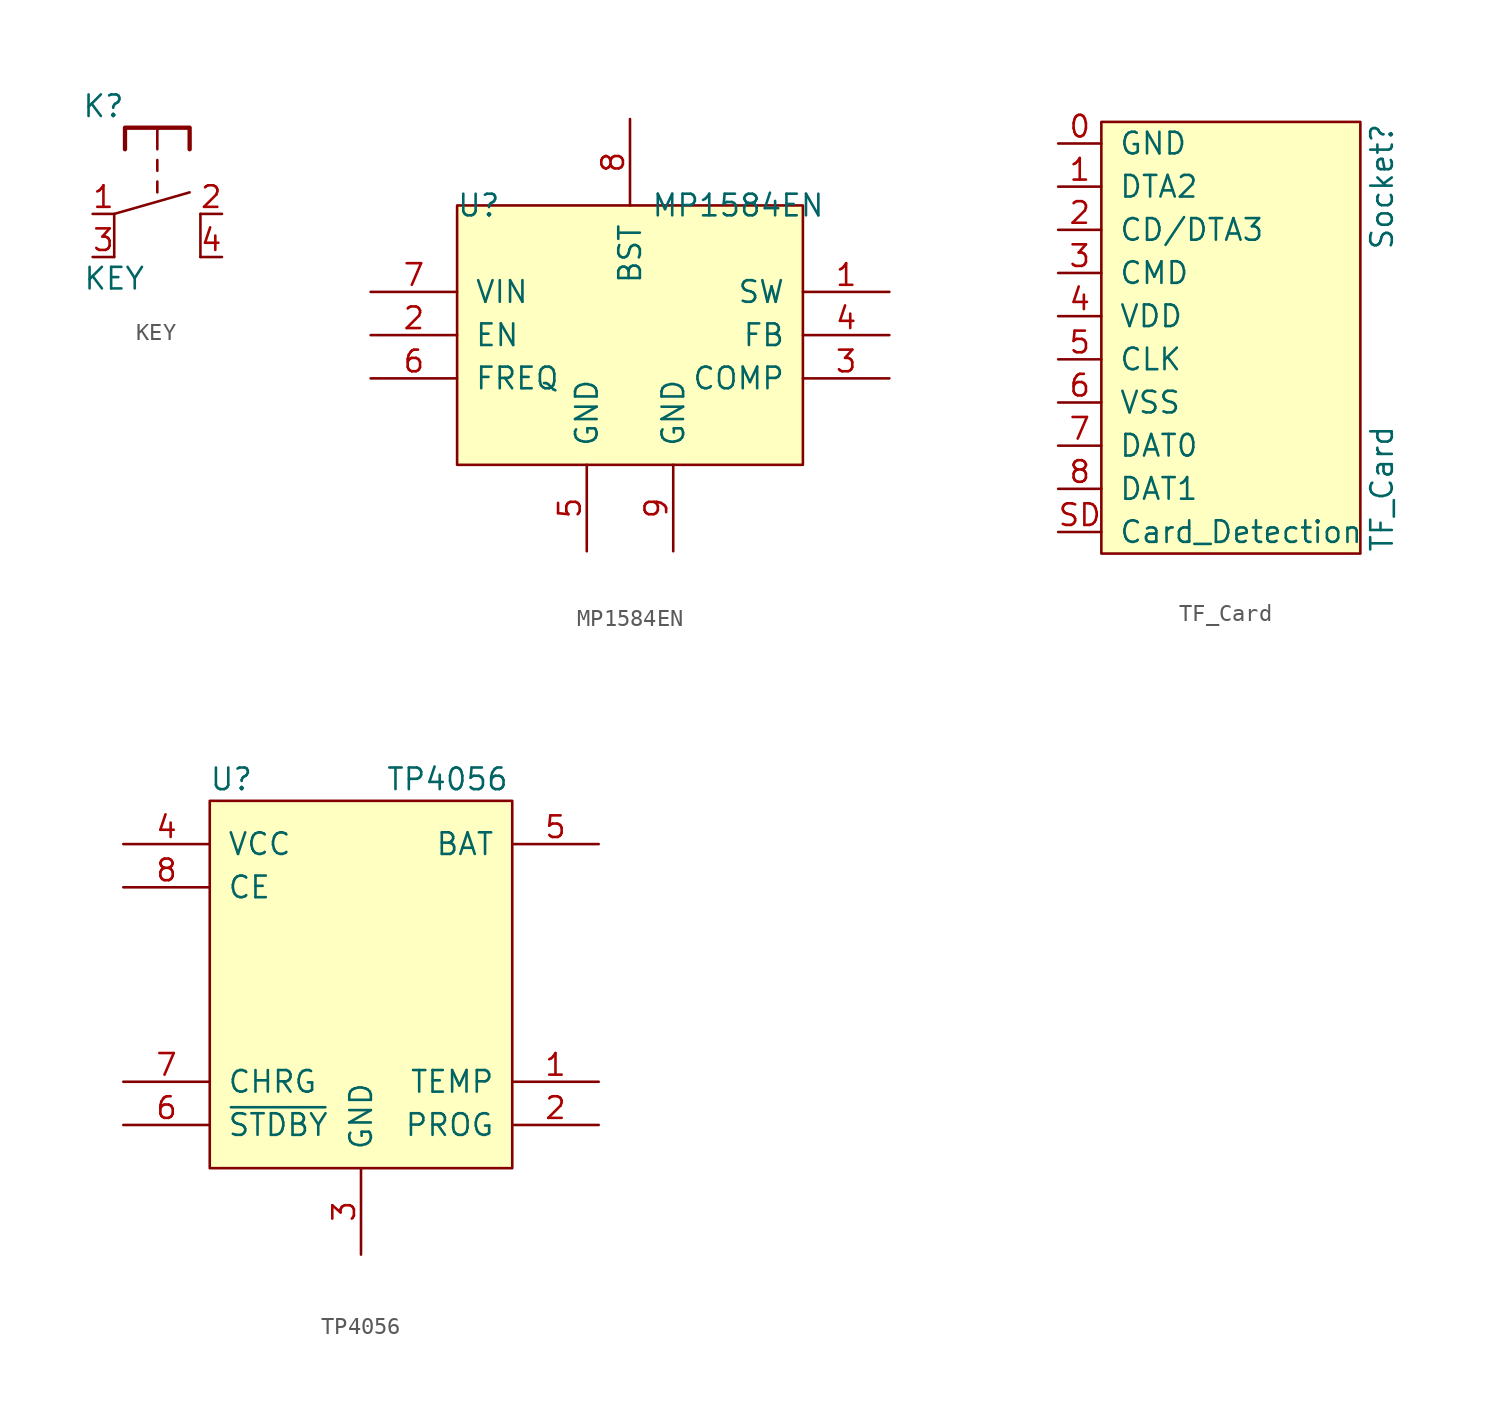
<source format=kicad_sym>
(kicad_symbol_lib
  (version 20211014)
  (generator kicad_symbol_editor)
  (symbol "KEY"
    (pin_names
      (offset 1.016) hide)
    (property "Reference" "K"
      (at -3.175 7.62 0)
      (effects (font (size 1.27 1.27))))
    (property "Value" "KEY"
      (at -2.54 -2.54 0)
      (effects (font (size 1.27 1.27))))
    (symbol "KEY_0_1"
      (polyline (pts (xy 0 3.175) (xy 0 2.54)) (stroke (width 0) (type default) (color 0 0 0 0)) (fill (type none)))
      (polyline (pts (xy 0 4.445) (xy 0 3.81)) (stroke (width 0) (type default) (color 0 0 0 0)) (fill (type none)))
      (polyline (pts (xy 0 6.35) (xy 0 5.08)) (stroke (width 0) (type default) (color 0 0 0 0)) (fill (type none)))
      (polyline (pts (xy 2.54 1.27) (xy 2.54 -1.27)) (stroke (width 0) (type default) (color 0 0 0 0)) (fill (type none)))
      (polyline (pts (xy -2.54 -1.27) (xy -2.54 1.27) (xy 1.905 2.54)) (stroke (width 0) (type default) (color 0 0 0 0)) (fill (type none)))
      (pin bidirectional line (at -3.81 1.27 0) (length 1.27) (name "1" (effects (font (size 1.27 1.27)))) (number "1" (effects (font (size 1.27 1.27)))))
      (pin bidirectional line (at -3.81 -1.27 0) (length 1.27) (name "3" (effects (font (size 1.27 1.27)))) (number "3" (effects (font (size 1.27 1.27)))))
      (pin bidirectional line (at 3.81 -1.27 180) (length 1.27) (name "4" (effects (font (size 1.27 1.27)))) (number "4" (effects (font (size 1.27 1.27))))))
    (symbol "KEY_1_1"
      (polyline (pts (xy -1.905 5.08) (xy -1.905 6.35) (xy 1.905 6.35) (xy 1.905 5.08)) (stroke (width 0.254) (type default) (color 0 0 0 0)) (fill (type none)))
      (pin bidirectional line (at 3.81 1.27 180) (length 1.27) (name "2" (effects (font (size 1.27 1.27)))) (number "2" (effects (font (size 1.27 1.27)))))))
  (symbol "MP1584EN"
    (pin_names
      (offset 1.016))
    (property "Reference" "U"
      (at -8.89 7.62 0)
      (effects (font (size 1.27 1.27))))
    (property "Value" "MP1584EN"
      (at 6.35 7.62 0)
      (effects (font (size 1.27 1.27))))
    (symbol "MP1584EN_0_1"
      (rectangle (start -10.16 7.62) (end 10.16 -7.62) (stroke (width 0) (type default) (color 0 0 0 0)) (fill (type background))))
    (symbol "MP1584EN_1_1"
      (pin bidirectional line (at 15.24 2.54 180) (length 5.08) (name "SW" (effects (font (size 1.27 1.27)))) (number "1" (effects (font (size 1.27 1.27)))))
      (pin bidirectional line (at -15.24 0 0) (length 5.08) (name "EN" (effects (font (size 1.27 1.27)))) (number "2" (effects (font (size 1.27 1.27)))))
      (pin bidirectional line (at 15.24 -2.54 180) (length 5.08) (name "COMP" (effects (font (size 1.27 1.27)))) (number "3" (effects (font (size 1.27 1.27)))))
      (pin bidirectional line (at 15.24 0 180) (length 5.08) (name "FB" (effects (font (size 1.27 1.27)))) (number "4" (effects (font (size 1.27 1.27)))))
      (pin power_in line (at -2.54 -12.7 90) (length 5.08) (name "GND" (effects (font (size 1.27 1.27)))) (number "5" (effects (font (size 1.27 1.27)))))
      (pin bidirectional line (at -15.24 -2.54 0) (length 5.08) (name "FREQ" (effects (font (size 1.27 1.27)))) (number "6" (effects (font (size 1.27 1.27)))))
      (pin power_in line (at -15.24 2.54 0) (length 5.08) (name "VIN" (effects (font (size 1.27 1.27)))) (number "7" (effects (font (size 1.27 1.27)))))
      (pin bidirectional line (at 0 12.7 270) (length 5.08) (name "BST" (effects (font (size 1.27 1.27)))) (number "8" (effects (font (size 1.27 1.27)))))
      (pin power_in line (at 2.54 -12.7 90) (length 5.08) (name "GND" (effects (font (size 1.27 1.27)))) (number "9" (effects (font (size 1.27 1.27)))))))
  (symbol "TF_Card"
    (pin_names
      (offset 1.016))
    (property "Reference" "Socket"
      (at 16.51 8.89 90)
      (effects (font (size 1.27 1.27))))
    (property "Value" "TF_Card"
      (at 16.51 -8.89 90)
      (effects (font (size 1.27 1.27))))
    (symbol "TF_Card_0_1"
      (rectangle (start 15.24 -12.7) (end 0 12.7) (stroke (width 0) (type default) (color 0 0 0 0)) (fill (type background))))
    (symbol "TF_Card_1_1"
      (pin power_in line (at -2.54 11.43 0) (length 2.54) (name "GND" (effects (font (size 1.27 1.27)))) (number "0" (effects (font (size 1.27 1.27)))))
      (pin bidirectional line (at -2.54 8.89 0) (length 2.54) (name "DTA2" (effects (font (size 1.27 1.27)))) (number "1" (effects (font (size 1.27 1.27)))))
      (pin bidirectional line (at -2.54 6.35 0) (length 2.54) (name "CD/DTA3" (effects (font (size 1.27 1.27)))) (number "2" (effects (font (size 1.27 1.27)))))
      (pin bidirectional line (at -2.54 3.81 0) (length 2.54) (name "CMD" (effects (font (size 1.27 1.27)))) (number "3" (effects (font (size 1.27 1.27)))))
      (pin bidirectional line (at -2.54 1.27 0) (length 2.54) (name "VDD" (effects (font (size 1.27 1.27)))) (number "4" (effects (font (size 1.27 1.27)))))
      (pin bidirectional line (at -2.54 -1.27 0) (length 2.54) (name "CLK" (effects (font (size 1.27 1.27)))) (number "5" (effects (font (size 1.27 1.27)))))
      (pin bidirectional line (at -2.54 -3.81 0) (length 2.54) (name "VSS" (effects (font (size 1.27 1.27)))) (number "6" (effects (font (size 1.27 1.27)))))
      (pin bidirectional line (at -2.54 -6.35 0) (length 2.54) (name "DAT0" (effects (font (size 1.27 1.27)))) (number "7" (effects (font (size 1.27 1.27)))))
      (pin bidirectional line (at -2.54 -8.89 0) (length 2.54) (name "DAT1" (effects (font (size 1.27 1.27)))) (number "8" (effects (font (size 1.27 1.27)))))
      (pin bidirectional line (at -2.54 -11.43 0) (length 2.54) (name "Card_Detection" (effects (font (size 1.27 1.27)))) (number "SD" (effects (font (size 1.27 1.27)))))))
  (symbol "TP4056"
    (pin_names
      (offset 1.016))
    (property "Reference" "U"
      (at -7.62 11.43 0)
      (effects (font (size 1.27 1.27))))
    (property "Value" "TP4056"
      (at 5.08 11.43 0)
      (effects (font (size 1.27 1.27))))
    (symbol "TP4056_0_1"
      (rectangle (start -8.89 -11.43) (end 8.89 10.16) (stroke (width 0) (type default) (color 0 0 0 0)) (fill (type background))))
    (symbol "TP4056_1_1"
      (pin input line (at 13.97 -6.35 180) (length 5.08) (name "TEMP" (effects (font (size 1.27 1.27)))) (number "1" (effects (font (size 1.27 1.27)))))
      (pin input line (at 13.97 -8.89 180) (length 5.08) (name "PROG" (effects (font (size 1.27 1.27)))) (number "2" (effects (font (size 1.27 1.27)))))
      (pin power_in line (at 0 -16.51 90) (length 5.08) (name "GND" (effects (font (size 1.27 1.27)))) (number "3" (effects (font (size 1.27 1.27)))))
      (pin power_in line (at -13.97 7.62 0) (length 5.08) (name "VCC" (effects (font (size 1.27 1.27)))) (number "4" (effects (font (size 1.27 1.27)))))
      (pin power_out line (at 13.97 7.62 180) (length 5.08) (name "BAT" (effects (font (size 1.27 1.27)))) (number "5" (effects (font (size 1.27 1.27)))))
      (pin input line (at -13.97 -8.89 0) (length 5.08) (name "~{STDBY}" (effects (font (size 1.27 1.27)))) (number "6" (effects (font (size 1.27 1.27)))))
      (pin input line (at -13.97 -6.35 0) (length 5.08) (name "CHRG" (effects (font (size 1.27 1.27)))) (number "7" (effects (font (size 1.27 1.27)))))
      (pin power_in line (at -13.97 5.08 0) (length 5.08) (name "CE" (effects (font (size 1.27 1.27)))) (number "8" (effects (font (size 1.27 1.27)))))
      (pin power_in line (at 0 -16.51 90) (length 5.08) hide (name "PAD" (effects (font (size 1.27 1.27)))) (number "9" (effects (font (size 1.27 1.27))))))))
</source>
